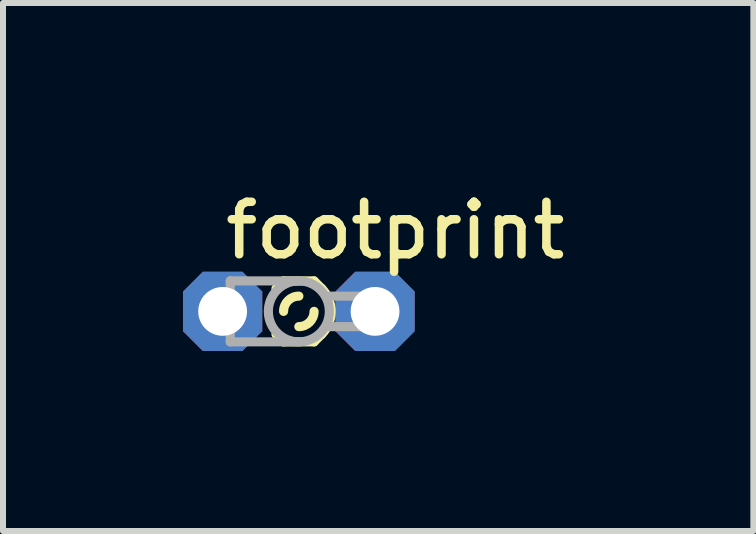
<source format=kicad_pcb>
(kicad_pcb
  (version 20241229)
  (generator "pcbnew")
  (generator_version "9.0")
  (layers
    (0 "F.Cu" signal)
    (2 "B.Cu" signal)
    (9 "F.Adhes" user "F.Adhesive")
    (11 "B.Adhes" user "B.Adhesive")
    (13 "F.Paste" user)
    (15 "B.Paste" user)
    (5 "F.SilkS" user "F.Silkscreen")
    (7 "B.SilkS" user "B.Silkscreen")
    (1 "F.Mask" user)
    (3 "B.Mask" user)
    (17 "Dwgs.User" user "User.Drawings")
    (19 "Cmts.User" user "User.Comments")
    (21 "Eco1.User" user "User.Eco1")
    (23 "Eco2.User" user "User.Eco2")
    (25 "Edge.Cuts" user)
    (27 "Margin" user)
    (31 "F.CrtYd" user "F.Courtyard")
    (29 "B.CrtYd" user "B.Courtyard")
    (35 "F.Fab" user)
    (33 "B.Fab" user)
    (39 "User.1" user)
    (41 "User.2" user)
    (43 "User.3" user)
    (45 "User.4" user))
  (footprint "footprint"
    (layer "F.Cu")
    (at 1.93 2.139)
    (property "Reference" "footprint" (at -1.295 -0.838 0) (layer "F.SilkS") (effects (font (size 0.874 0.874) (thickness 0.142)) (justify left bottom)))
    (fp_line (start -0.381 -0.381) (end -0.254 -0.508) (stroke (width 0.152) (type solid)) (layer "F.SilkS"))
    (fp_line (start -0.381 0.381) (end -0.254 0.508) (stroke (width 0.152) (type solid)) (layer "F.SilkS"))
    (fp_line (start 0.254 -0.508) (end -0.254 -0.508) (stroke (width 0.152) (type solid)) (layer "F.SilkS"))
    (fp_line (start 0.254 0.508) (end -0.254 0.508) (stroke (width 0.152) (type solid)) (layer "F.SilkS"))
    (fp_line (start 0.381 -0.381) (end 0.254 -0.508) (stroke (width 0.152) (type solid)) (layer "F.SilkS"))
    (fp_line (start 0.381 0.381) (end 0.254 0.508) (stroke (width 0.152) (type solid)) (layer "F.SilkS"))
    (fp_arc (start -0.254 0) (mid -0.179605 -0.179605) (end 0 -0.254) (stroke (width 0.1524) (type solid)) (layer "F.SilkS"))
    (fp_arc (start 0.254 0) (mid 0.179605 0.179605) (end 0 0.254) (stroke (width 0.1524) (type solid)) (layer "F.SilkS"))
    (fp_arc (start 0.381 -0.381) (mid 0.538815 0) (end 0.381 0.381) (stroke (width 0.1524) (type solid)) (layer "F.SilkS"))
    (fp_line (start -1.397 -0.254) (end -1.143 -0.254) (stroke (width 0.152) (type solid)) (layer "F.Fab"))
    (fp_line (start -1.397 0.254) (end -1.397 -0.254) (stroke (width 0.152) (type solid)) (layer "F.Fab"))
    (fp_line (start -1.143 -0.508) (end 0 -0.508) (stroke (width 0.152) (type solid)) (layer "F.Fab"))
    (fp_line (start -1.143 -0.254) (end -1.143 -0.508) (stroke (width 0.152) (type solid)) (layer "F.Fab"))
    (fp_line (start -1.143 0.254) (end -1.397 0.254) (stroke (width 0.152) (type solid)) (layer "F.Fab"))
    (fp_line (start -1.143 0.254) (end -1.143 -0.254) (stroke (width 0.152) (type solid)) (layer "F.Fab"))
    (fp_line (start -1.143 0.508) (end -1.143 0.254) (stroke (width 0.152) (type solid)) (layer "F.Fab"))
    (fp_line (start 0 0.508) (end -1.143 0.508) (stroke (width 0.152) (type solid)) (layer "F.Fab"))
    (fp_line (start 0.508 0.254) (end 1.397 0.254) (stroke (width 0.152) (type solid)) (layer "F.Fab"))
    (fp_line (start 1.397 -0.254) (end 0.508 -0.254) (stroke (width 0.152) (type solid)) (layer "F.Fab"))
    (fp_line (start 1.397 0.254) (end 1.397 -0.254) (stroke (width 0.152) (type solid)) (layer "F.Fab"))
    (fp_circle (center 0 0) (end 0.508 0) (stroke (width 0.152) (type solid)) (fill no) (layer "F.Fab"))
    (fp_poly (pts (xy -1.397 0.254) (xy -1.143 0.254) (xy -1.143 -0.254) (xy -1.397 -0.254)) (stroke (width 0.1) (type solid)) (fill no) (layer "F.Fab"))
    (fp_poly (pts (xy 0.508 0.254) (xy 1.397 0.254) (xy 1.397 -0.254) (xy 0.508 -0.254)) (stroke (width 0.1) (type solid)) (fill no) (layer "F.Fab"))
    (pad "A" thru_hole roundrect (at -1.27 0) (size 1.321 1.321) (drill 0.813) (layers "*.Cu" "*.Mask") (roundrect_rratio 0.25) (chamfer_ratio 0.25) (chamfer top_left top_right bottom_left bottom_right))
    (pad "K" thru_hole roundrect (at 1.27 0) (size 1.321 1.321) (drill 0.813) (layers "*.Cu" "*.Mask") (roundrect_rratio 0.25) (chamfer_ratio 0.25) (chamfer top_left top_right bottom_left bottom_right)))
  (gr_rect
    (start -3 -3)
    (end 9.504 5.799)
    (stroke (width 0.1) (type default))
    (fill no)
    (layer "Edge.Cuts")))
</source>
